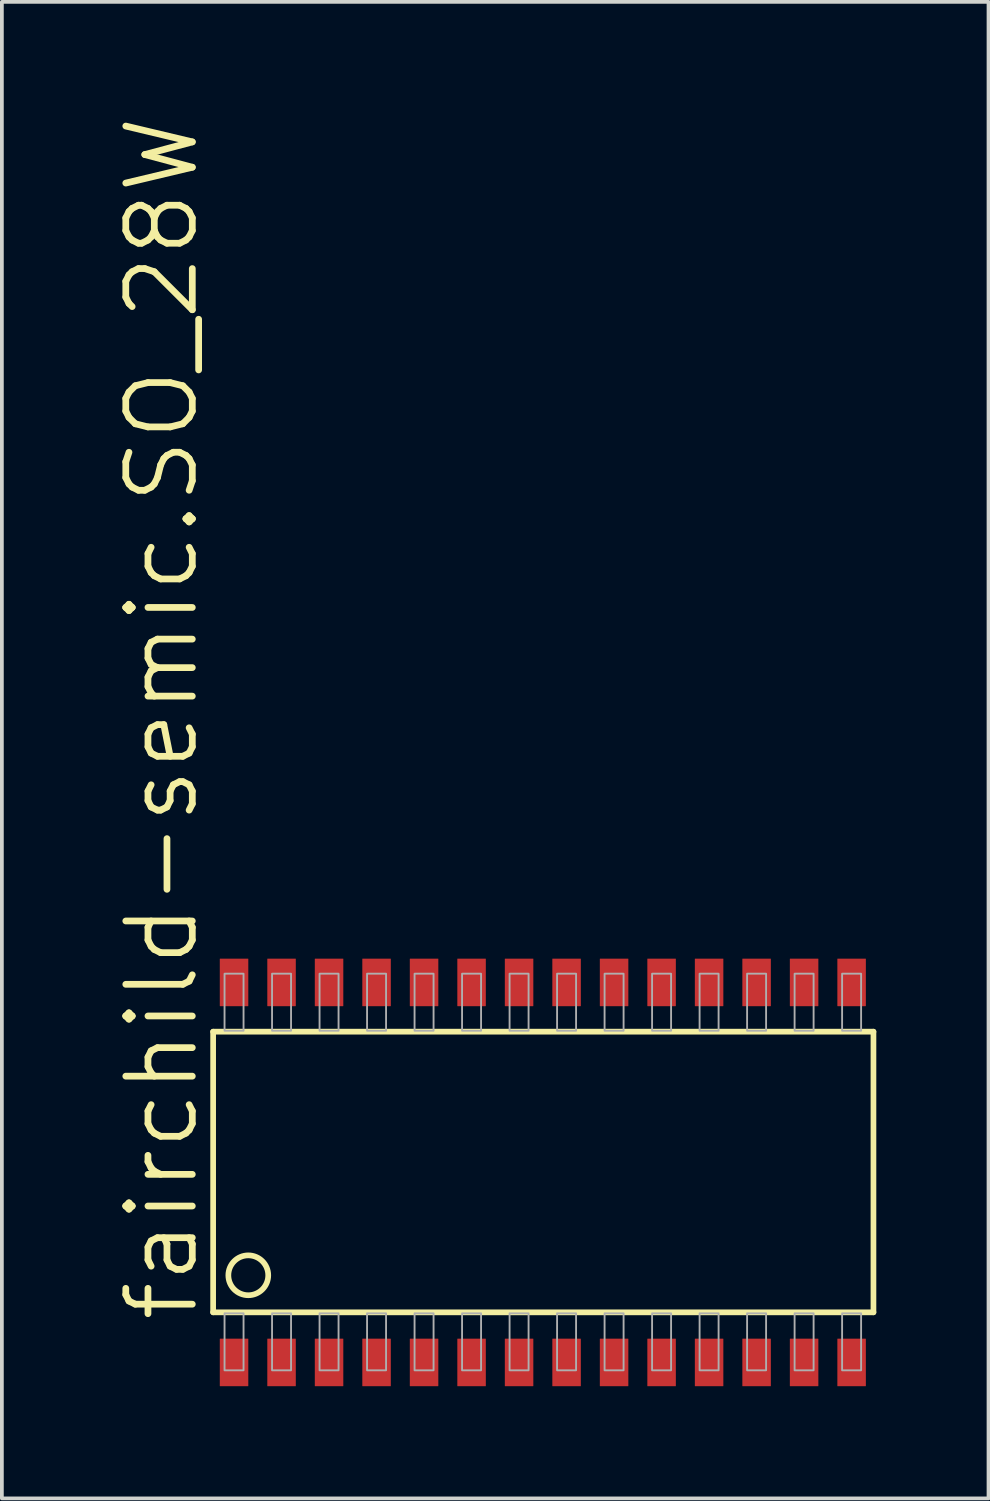
<source format=kicad_pcb>
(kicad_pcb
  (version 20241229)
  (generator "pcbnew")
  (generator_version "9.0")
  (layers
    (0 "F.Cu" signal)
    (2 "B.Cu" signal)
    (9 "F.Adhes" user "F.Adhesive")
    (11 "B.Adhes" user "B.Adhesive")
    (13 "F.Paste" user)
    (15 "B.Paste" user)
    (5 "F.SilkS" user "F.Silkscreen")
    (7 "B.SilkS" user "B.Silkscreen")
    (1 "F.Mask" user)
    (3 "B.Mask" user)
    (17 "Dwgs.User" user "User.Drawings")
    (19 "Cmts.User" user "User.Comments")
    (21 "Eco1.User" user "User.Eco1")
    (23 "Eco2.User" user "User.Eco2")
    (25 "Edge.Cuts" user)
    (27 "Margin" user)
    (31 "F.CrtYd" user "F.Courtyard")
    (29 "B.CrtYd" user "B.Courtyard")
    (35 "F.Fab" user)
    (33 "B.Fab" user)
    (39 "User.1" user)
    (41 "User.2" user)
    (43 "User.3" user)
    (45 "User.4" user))
  (footprint "fairchild-semic.SO_28W"
    (layer "F.Cu")
    (at 11.462 28.294)
    (property "Reference" "fairchild-semic.SO_28W" (at -9.144 4.064 90) (layer "F.SilkS") (effects (font (size 1.778 1.778) (thickness 0.18)) (justify left bottom)))
    (attr smd)
    (fp_line (start -8.814 -3.763) (end -8.814 3.74) (stroke (width 0.152) (type default)) (layer "F.SilkS"))
    (fp_line (start -8.814 3.74) (end 8.839 3.74) (stroke (width 0.152) (type default)) (layer "F.SilkS"))
    (fp_line (start 8.839 -3.763) (end -8.814 -3.763) (stroke (width 0.152) (type default)) (layer "F.SilkS"))
    (fp_line (start 8.839 3.74) (end 8.839 -3.763) (stroke (width 0.152) (type default)) (layer "F.SilkS"))
    (fp_circle (center -7.874 2.75) (end -7.341 2.75) (stroke (width 0.152) (type default)) (fill no) (layer "F.SilkS"))
    (fp_rect (start -8.509 -3.789) (end -8.001 -5.313) (stroke (width 0.05) (type default)) (fill no) (layer "F.Fab"))
    (fp_rect (start -8.509 5.29) (end -8.001 3.766) (stroke (width 0.05) (type default)) (fill no) (layer "F.Fab"))
    (fp_rect (start -7.239 -3.789) (end -6.731 -5.313) (stroke (width 0.05) (type default)) (fill no) (layer "F.Fab"))
    (fp_rect (start -7.239 5.29) (end -6.731 3.766) (stroke (width 0.05) (type default)) (fill no) (layer "F.Fab"))
    (fp_rect (start -5.969 -3.789) (end -5.461 -5.313) (stroke (width 0.05) (type default)) (fill no) (layer "F.Fab"))
    (fp_rect (start -5.969 5.29) (end -5.461 3.766) (stroke (width 0.05) (type default)) (fill no) (layer "F.Fab"))
    (fp_rect (start -4.699 -3.789) (end -4.191 -5.313) (stroke (width 0.05) (type default)) (fill no) (layer "F.Fab"))
    (fp_rect (start -4.699 5.29) (end -4.191 3.766) (stroke (width 0.05) (type default)) (fill no) (layer "F.Fab"))
    (fp_rect (start -3.429 -3.789) (end -2.921 -5.313) (stroke (width 0.05) (type default)) (fill no) (layer "F.Fab"))
    (fp_rect (start -3.429 5.29) (end -2.921 3.766) (stroke (width 0.05) (type default)) (fill no) (layer "F.Fab"))
    (fp_rect (start -2.159 -3.789) (end -1.651 -5.313) (stroke (width 0.05) (type default)) (fill no) (layer "F.Fab"))
    (fp_rect (start -2.159 5.29) (end -1.651 3.766) (stroke (width 0.05) (type default)) (fill no) (layer "F.Fab"))
    (fp_rect (start -0.889 -3.789) (end -0.381 -5.313) (stroke (width 0.05) (type default)) (fill no) (layer "F.Fab"))
    (fp_rect (start -0.889 5.29) (end -0.381 3.766) (stroke (width 0.05) (type default)) (fill no) (layer "F.Fab"))
    (fp_rect (start 0.381 -3.789) (end 0.889 -5.313) (stroke (width 0.05) (type default)) (fill no) (layer "F.Fab"))
    (fp_rect (start 0.381 5.29) (end 0.889 3.766) (stroke (width 0.05) (type default)) (fill no) (layer "F.Fab"))
    (fp_rect (start 1.651 -3.789) (end 2.159 -5.313) (stroke (width 0.05) (type default)) (fill no) (layer "F.Fab"))
    (fp_rect (start 1.651 5.29) (end 2.159 3.766) (stroke (width 0.05) (type default)) (fill no) (layer "F.Fab"))
    (fp_rect (start 2.921 -3.789) (end 3.429 -5.313) (stroke (width 0.05) (type default)) (fill no) (layer "F.Fab"))
    (fp_rect (start 2.921 5.29) (end 3.429 3.766) (stroke (width 0.05) (type default)) (fill no) (layer "F.Fab"))
    (fp_rect (start 4.191 -3.789) (end 4.699 -5.313) (stroke (width 0.05) (type default)) (fill no) (layer "F.Fab"))
    (fp_rect (start 4.191 5.29) (end 4.699 3.766) (stroke (width 0.05) (type default)) (fill no) (layer "F.Fab"))
    (fp_rect (start 5.461 -3.789) (end 5.969 -5.313) (stroke (width 0.05) (type default)) (fill no) (layer "F.Fab"))
    (fp_rect (start 5.461 5.29) (end 5.969 3.766) (stroke (width 0.05) (type default)) (fill no) (layer "F.Fab"))
    (fp_rect (start 6.731 -3.789) (end 7.239 -5.313) (stroke (width 0.05) (type default)) (fill no) (layer "F.Fab"))
    (fp_rect (start 6.731 5.29) (end 7.239 3.766) (stroke (width 0.05) (type default)) (fill no) (layer "F.Fab"))
    (fp_rect (start 8.001 -3.789) (end 8.509 -5.313) (stroke (width 0.05) (type default)) (fill no) (layer "F.Fab"))
    (fp_rect (start 8.001 5.29) (end 8.509 3.766) (stroke (width 0.05) (type default)) (fill no) (layer "F.Fab"))
    (pad "1" smd roundrect (at -8.255 5.08) (size 0.762 1.27) (layers "F.Cu" "F.Mask" "F.Paste") (roundrect_rratio 0.01))
    (pad "2" smd roundrect (at -6.985 5.08) (size 0.762 1.27) (layers "F.Cu" "F.Mask" "F.Paste") (roundrect_rratio 0.01))
    (pad "3" smd roundrect (at -5.715 5.08) (size 0.762 1.27) (layers "F.Cu" "F.Mask" "F.Paste") (roundrect_rratio 0.01))
    (pad "4" smd roundrect (at -4.445 5.08) (size 0.762 1.27) (layers "F.Cu" "F.Mask" "F.Paste") (roundrect_rratio 0.01))
    (pad "5" smd roundrect (at -3.175 5.08) (size 0.762 1.27) (layers "F.Cu" "F.Mask" "F.Paste") (roundrect_rratio 0.01))
    (pad "6" smd roundrect (at -1.905 5.08) (size 0.762 1.27) (layers "F.Cu" "F.Mask" "F.Paste") (roundrect_rratio 0.01))
    (pad "7" smd roundrect (at -0.635 5.08) (size 0.762 1.27) (layers "F.Cu" "F.Mask" "F.Paste") (roundrect_rratio 0.01))
    (pad "8" smd roundrect (at 0.635 5.08) (size 0.762 1.27) (layers "F.Cu" "F.Mask" "F.Paste") (roundrect_rratio 0.01))
    (pad "9" smd roundrect (at 1.905 5.08) (size 0.762 1.27) (layers "F.Cu" "F.Mask" "F.Paste") (roundrect_rratio 0.01))
    (pad "10" smd roundrect (at 3.175 5.08) (size 0.762 1.27) (layers "F.Cu" "F.Mask" "F.Paste") (roundrect_rratio 0.01))
    (pad "11" smd roundrect (at 4.445 5.08) (size 0.762 1.27) (layers "F.Cu" "F.Mask" "F.Paste") (roundrect_rratio 0.01))
    (pad "12" smd roundrect (at 5.715 5.08) (size 0.762 1.27) (layers "F.Cu" "F.Mask" "F.Paste") (roundrect_rratio 0.01))
    (pad "13" smd roundrect (at 6.985 5.08) (size 0.762 1.27) (layers "F.Cu" "F.Mask" "F.Paste") (roundrect_rratio 0.01))
    (pad "14" smd roundrect (at 8.255 5.08) (size 0.762 1.27) (layers "F.Cu" "F.Mask" "F.Paste") (roundrect_rratio 0.01))
    (pad "15" smd roundrect (at 8.255 -5.08) (size 0.762 1.27) (layers "F.Cu" "F.Mask" "F.Paste") (roundrect_rratio 0.01))
    (pad "16" smd roundrect (at 6.985 -5.08) (size 0.762 1.27) (layers "F.Cu" "F.Mask" "F.Paste") (roundrect_rratio 0.01))
    (pad "17" smd roundrect (at 5.715 -5.08) (size 0.762 1.27) (layers "F.Cu" "F.Mask" "F.Paste") (roundrect_rratio 0.01))
    (pad "18" smd roundrect (at 4.445 -5.08) (size 0.762 1.27) (layers "F.Cu" "F.Mask" "F.Paste") (roundrect_rratio 0.01))
    (pad "19" smd roundrect (at 3.175 -5.08) (size 0.762 1.27) (layers "F.Cu" "F.Mask" "F.Paste") (roundrect_rratio 0.01))
    (pad "20" smd roundrect (at 1.905 -5.08) (size 0.762 1.27) (layers "F.Cu" "F.Mask" "F.Paste") (roundrect_rratio 0.01))
    (pad "21" smd roundrect (at 0.635 -5.08) (size 0.762 1.27) (layers "F.Cu" "F.Mask" "F.Paste") (roundrect_rratio 0.01))
    (pad "22" smd roundrect (at -0.635 -5.08) (size 0.762 1.27) (layers "F.Cu" "F.Mask" "F.Paste") (roundrect_rratio 0.01))
    (pad "23" smd roundrect (at -1.905 -5.08) (size 0.762 1.27) (layers "F.Cu" "F.Mask" "F.Paste") (roundrect_rratio 0.01))
    (pad "24" smd roundrect (at -3.175 -5.08) (size 0.762 1.27) (layers "F.Cu" "F.Mask" "F.Paste") (roundrect_rratio 0.01))
    (pad "25" smd roundrect (at -4.445 -5.08) (size 0.762 1.27) (layers "F.Cu" "F.Mask" "F.Paste") (roundrect_rratio 0.01))
    (pad "26" smd roundrect (at -5.715 -5.08) (size 0.762 1.27) (layers "F.Cu" "F.Mask" "F.Paste") (roundrect_rratio 0.01))
    (pad "27" smd roundrect (at -6.985 -5.08) (size 0.762 1.27) (layers "F.Cu" "F.Mask" "F.Paste") (roundrect_rratio 0.01))
    (pad "28" smd roundrect (at -8.255 -5.08) (size 0.762 1.27) (layers "F.Cu" "F.Mask" "F.Paste") (roundrect_rratio 0.01)))
  (gr_rect
    (start -3 -3)
    (end 23.377 37.009)
    (stroke (width 0.1) (type default))
    (fill no)
    (layer "Edge.Cuts")))
</source>
